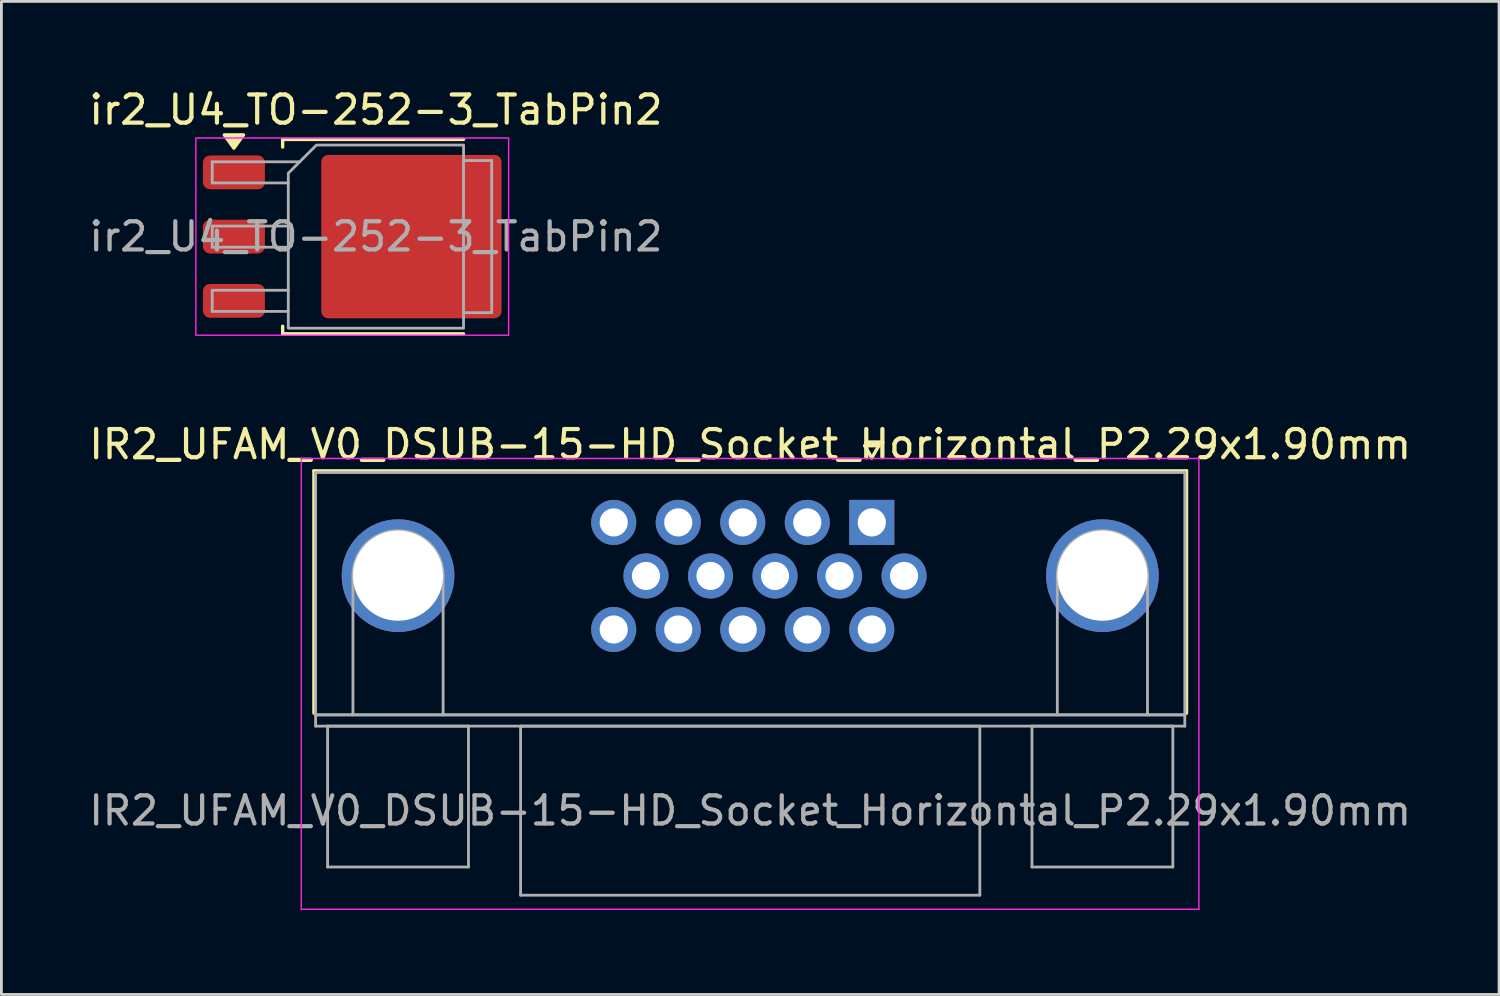
<source format=kicad_pcb>
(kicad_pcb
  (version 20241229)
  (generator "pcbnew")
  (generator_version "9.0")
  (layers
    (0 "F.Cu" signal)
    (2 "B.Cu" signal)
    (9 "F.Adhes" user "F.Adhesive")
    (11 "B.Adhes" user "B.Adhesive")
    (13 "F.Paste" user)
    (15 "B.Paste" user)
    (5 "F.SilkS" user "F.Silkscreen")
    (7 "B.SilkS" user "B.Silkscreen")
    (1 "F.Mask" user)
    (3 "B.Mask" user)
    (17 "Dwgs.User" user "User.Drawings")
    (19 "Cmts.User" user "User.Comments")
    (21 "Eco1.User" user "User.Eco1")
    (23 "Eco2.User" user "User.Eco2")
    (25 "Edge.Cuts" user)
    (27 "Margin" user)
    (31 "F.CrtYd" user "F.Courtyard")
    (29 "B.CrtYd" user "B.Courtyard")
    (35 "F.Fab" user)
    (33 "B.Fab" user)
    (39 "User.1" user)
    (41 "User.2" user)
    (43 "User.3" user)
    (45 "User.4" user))
  (footprint "IR2_UFAM_V0_DSUB-15-HD_Socket_Horizontal_P2.29x1.90mm"
    (layer "F.Cu")
    (at 27.892 15.492)
    (property "Reference" "IR2_UFAM_V0_DSUB-15-HD_Socket_Horizontal_P2.29x1.90mm" (at -4.315 -2.77 0) (layer "F.SilkS") (effects (font (size 1 1) (thickness 0.15))))
    (attr through_hole)
    (fp_line (start -19.8 -1.83) (end 11.17 -1.83) (stroke (width 0.12) (type solid)) (layer "F.SilkS"))
    (fp_line (start -19.8 6.77) (end -19.8 -1.83) (stroke (width 0.12) (type solid)) (layer "F.SilkS"))
    (fp_line (start -0.25 -2.724) (end 0.25 -2.724) (stroke (width 0.12) (type solid)) (layer "F.SilkS"))
    (fp_line (start 0 -2.291) (end -0.25 -2.724) (stroke (width 0.12) (type solid)) (layer "F.SilkS"))
    (fp_line (start 0.25 -2.724) (end 0 -2.291) (stroke (width 0.12) (type solid)) (layer "F.SilkS"))
    (fp_line (start 11.17 -1.83) (end 11.17 6.77) (stroke (width 0.12) (type solid)) (layer "F.SilkS"))
    (fp_line (start -20.25 -2.27) (end -20.25 13.73) (stroke (width 0.05) (type solid)) (layer "F.CrtYd"))
    (fp_line (start -20.25 13.73) (end 11.61 13.73) (stroke (width 0.05) (type solid)) (layer "F.CrtYd"))
    (fp_line (start 11.61 -2.27) (end -20.25 -2.27) (stroke (width 0.05) (type solid)) (layer "F.CrtYd"))
    (fp_line (start 11.61 13.73) (end 11.61 -2.27) (stroke (width 0.05) (type solid)) (layer "F.CrtYd"))
    (fp_line (start -19.74 -1.77) (end -19.74 6.83) (stroke (width 0.1) (type solid)) (layer "F.Fab"))
    (fp_line (start -19.74 6.83) (end -19.74 7.23) (stroke (width 0.1) (type solid)) (layer "F.Fab"))
    (fp_line (start -19.74 6.83) (end 11.11 6.83) (stroke (width 0.1) (type solid)) (layer "F.Fab"))
    (fp_line (start -19.74 7.23) (end 11.11 7.23) (stroke (width 0.1) (type solid)) (layer "F.Fab"))
    (fp_line (start -19.315 7.23) (end -19.315 12.23) (stroke (width 0.1) (type solid)) (layer "F.Fab"))
    (fp_line (start -19.315 12.23) (end -14.315 12.23) (stroke (width 0.1) (type solid)) (layer "F.Fab"))
    (fp_line (start -18.415 6.83) (end -18.415 1.89) (stroke (width 0.1) (type solid)) (layer "F.Fab"))
    (fp_line (start -15.215 6.83) (end -15.215 1.89) (stroke (width 0.1) (type solid)) (layer "F.Fab"))
    (fp_line (start -14.315 7.23) (end -19.315 7.23) (stroke (width 0.1) (type solid)) (layer "F.Fab"))
    (fp_line (start -14.315 12.23) (end -14.315 7.23) (stroke (width 0.1) (type solid)) (layer "F.Fab"))
    (fp_line (start -12.465 7.23) (end -12.465 13.23) (stroke (width 0.1) (type solid)) (layer "F.Fab"))
    (fp_line (start -12.465 13.23) (end 3.835 13.23) (stroke (width 0.1) (type solid)) (layer "F.Fab"))
    (fp_line (start 3.835 7.23) (end -12.465 7.23) (stroke (width 0.1) (type solid)) (layer "F.Fab"))
    (fp_line (start 3.835 13.23) (end 3.835 7.23) (stroke (width 0.1) (type solid)) (layer "F.Fab"))
    (fp_line (start 5.685 7.23) (end 5.685 12.23) (stroke (width 0.1) (type solid)) (layer "F.Fab"))
    (fp_line (start 5.685 12.23) (end 10.685 12.23) (stroke (width 0.1) (type solid)) (layer "F.Fab"))
    (fp_line (start 6.585 6.83) (end 6.585 1.89) (stroke (width 0.1) (type solid)) (layer "F.Fab"))
    (fp_line (start 9.785 6.83) (end 9.785 1.89) (stroke (width 0.1) (type solid)) (layer "F.Fab"))
    (fp_line (start 10.685 7.23) (end 5.685 7.23) (stroke (width 0.1) (type solid)) (layer "F.Fab"))
    (fp_line (start 10.685 12.23) (end 10.685 7.23) (stroke (width 0.1) (type solid)) (layer "F.Fab"))
    (fp_line (start 11.11 -1.77) (end -19.74 -1.77) (stroke (width 0.1) (type solid)) (layer "F.Fab"))
    (fp_line (start 11.11 6.83) (end -19.74 6.83) (stroke (width 0.1) (type solid)) (layer "F.Fab"))
    (fp_line (start 11.11 6.83) (end 11.11 -1.77) (stroke (width 0.1) (type solid)) (layer "F.Fab"))
    (fp_line (start 11.11 7.23) (end 11.11 6.83) (stroke (width 0.1) (type solid)) (layer "F.Fab"))
    (fp_arc (start -18.415 1.89) (mid -16.815 0.29) (end -15.215 1.89) (stroke (width 0.1) (type solid)) (layer "F.Fab"))
    (fp_arc (start 6.585 1.89) (mid 8.185 0.29) (end 9.785 1.89) (stroke (width 0.1) (type solid)) (layer "F.Fab"))
    (fp_text user "${REFERENCE}" (at -4.315 10.23 0) (layer "F.Fab") (effects (font (size 1 1) (thickness 0.15))))
    (pad "0" thru_hole circle (at -16.815 1.89) (size 4 4) (drill 3.2) (layers "*.Cu" "*.Mask"))
    (pad "0" thru_hole circle (at 8.185 1.89) (size 4 4) (drill 3.2) (layers "*.Cu" "*.Mask"))
    (pad "1" thru_hole rect (at 0 0) (size 1.6 1.6) (drill 1) (layers "*.Cu" "*.Mask"))
    (pad "2" thru_hole circle (at -2.29 0) (size 1.6 1.6) (drill 1) (layers "*.Cu" "*.Mask"))
    (pad "3" thru_hole circle (at -4.58 0) (size 1.6 1.6) (drill 1) (layers "*.Cu" "*.Mask"))
    (pad "4" thru_hole circle (at -6.87 0) (size 1.6 1.6) (drill 1) (layers "*.Cu" "*.Mask"))
    (pad "5" thru_hole circle (at -9.16 0) (size 1.6 1.6) (drill 1) (layers "*.Cu" "*.Mask"))
    (pad "6" thru_hole circle (at 1.145 1.9) (size 1.6 1.6) (drill 1) (layers "*.Cu" "*.Mask"))
    (pad "7" thru_hole circle (at -1.145 1.9) (size 1.6 1.6) (drill 1) (layers "*.Cu" "*.Mask"))
    (pad "8" thru_hole circle (at -3.435 1.9) (size 1.6 1.6) (drill 1) (layers "*.Cu" "*.Mask"))
    (pad "9" thru_hole circle (at -5.725 1.9) (size 1.6 1.6) (drill 1) (layers "*.Cu" "*.Mask"))
    (pad "10" thru_hole circle (at -8.015 1.9) (size 1.6 1.6) (drill 1) (layers "*.Cu" "*.Mask"))
    (pad "11" thru_hole circle (at 0 3.8) (size 1.6 1.6) (drill 1) (layers "*.Cu" "*.Mask"))
    (pad "12" thru_hole circle (at -2.29 3.8) (size 1.6 1.6) (drill 1) (layers "*.Cu" "*.Mask"))
    (pad "13" thru_hole circle (at -4.58 3.8) (size 1.6 1.6) (drill 1) (layers "*.Cu" "*.Mask"))
    (pad "14" thru_hole circle (at -6.87 3.8) (size 1.6 1.6) (drill 1) (layers "*.Cu" "*.Mask"))
    (pad "15" thru_hole circle (at -9.16 3.8) (size 1.6 1.6) (drill 1) (layers "*.Cu" "*.Mask")))
  (footprint "ir2_U4_TO-252-3_TabPin2"
    (layer "F.Cu")
    (at 10.292 5.348)
    (property "Reference" "ir2_U4_TO-252-3_TabPin2" (at 0 -4.5 0) (layer "F.SilkS") (effects (font (size 1 1) (thickness 0.15))))
    (attr smd)
    (fp_line (start -3.31 -3.45) (end -3.31 -3.18) (stroke (width 0.12) (type solid)) (layer "F.SilkS"))
    (fp_line (start -3.31 3.45) (end -3.31 3.18) (stroke (width 0.12) (type solid)) (layer "F.SilkS"))
    (fp_line (start 3.11 -3.45) (end -3.31 -3.45) (stroke (width 0.12) (type solid)) (layer "F.SilkS"))
    (fp_line (start 3.11 3.45) (end -3.31 3.45) (stroke (width 0.12) (type solid)) (layer "F.SilkS"))
    (fp_poly (pts (xy -5.04 -3.14) (xy -5.38 -3.61) (xy -4.7 -3.61)) (stroke (width 0.12) (type solid)) (fill yes) (layer "F.SilkS"))
    (fp_rect (start -6.39 -3.5) (end 4.71 3.5) (stroke (width 0.05) (type solid)) (fill no) (layer "F.CrtYd"))
    (fp_line (start -5.81 -2.655) (end -5.81 -1.905) (stroke (width 0.1) (type solid)) (layer "F.Fab"))
    (fp_line (start -5.81 -1.905) (end -3.11 -1.905) (stroke (width 0.1) (type solid)) (layer "F.Fab"))
    (fp_line (start -5.81 -0.375) (end -5.81 0.375) (stroke (width 0.1) (type solid)) (layer "F.Fab"))
    (fp_line (start -5.81 0.375) (end -3.11 0.375) (stroke (width 0.1) (type solid)) (layer "F.Fab"))
    (fp_line (start -5.81 1.905) (end -5.81 2.655) (stroke (width 0.1) (type solid)) (layer "F.Fab"))
    (fp_line (start -5.81 2.655) (end -3.11 2.655) (stroke (width 0.1) (type solid)) (layer "F.Fab"))
    (fp_line (start -3.11 -0.375) (end -5.81 -0.375) (stroke (width 0.1) (type solid)) (layer "F.Fab"))
    (fp_line (start -3.11 1.905) (end -5.81 1.905) (stroke (width 0.1) (type solid)) (layer "F.Fab"))
    (fp_line (start -2.705 -2.655) (end -5.81 -2.655) (stroke (width 0.1) (type solid)) (layer "F.Fab"))
    (fp_line (start 3.11 -2.7) (end 4.11 -2.7) (stroke (width 0.1) (type solid)) (layer "F.Fab"))
    (fp_line (start 4.11 -2.7) (end 4.11 2.7) (stroke (width 0.1) (type solid)) (layer "F.Fab"))
    (fp_line (start 4.11 2.7) (end 3.11 2.7) (stroke (width 0.1) (type solid)) (layer "F.Fab"))
    (fp_poly (pts (xy 3.11 -3.25) (xy 3.11 3.25) (xy -3.11 3.25) (xy -3.11 -2.25) (xy -2.11 -3.25)) (stroke (width 0.1) (type solid)) (fill no) (layer "F.Fab"))
    (fp_text user "${REFERENCE}" (at 0 0 0) (layer "F.Fab") (effects (font (size 1 1) (thickness 0.15))))
    (pad "" smd roundrect (at -0.415 -1.525) (size 3.05 2.75) (layers "F.Paste") (roundrect_rratio 0.091))
    (pad "" smd roundrect (at -0.415 1.525) (size 3.05 2.75) (layers "F.Paste") (roundrect_rratio 0.091))
    (pad "" smd roundrect (at 2.935 -1.525) (size 3.05 2.75) (layers "F.Paste") (roundrect_rratio 0.091))
    (pad "" smd roundrect (at 2.935 1.525) (size 3.05 2.75) (layers "F.Paste") (roundrect_rratio 0.091))
    (pad "1" smd roundrect (at -5.04 -2.28) (size 2.2 1.2) (layers "F.Cu" "F.Mask" "F.Paste") (roundrect_rratio 0.208))
    (pad "2" smd roundrect (at -5.04 0) (size 2.2 1.2) (layers "F.Cu" "F.Mask" "F.Paste") (roundrect_rratio 0.208))
    (pad "2" smd roundrect (at 1.26 0) (size 6.4 5.8) (layers "F.Cu" "F.Mask") (roundrect_rratio 0.043))
    (pad "3" smd roundrect (at -5.04 2.28) (size 2.2 1.2) (layers "F.Cu" "F.Mask" "F.Paste") (roundrect_rratio 0.208)))
  (gr_rect
    (start -3 -3)
    (end 50.155 32.246)
    (stroke (width 0.1) (type default))
    (fill no)
    (layer "Edge.Cuts")))
</source>
